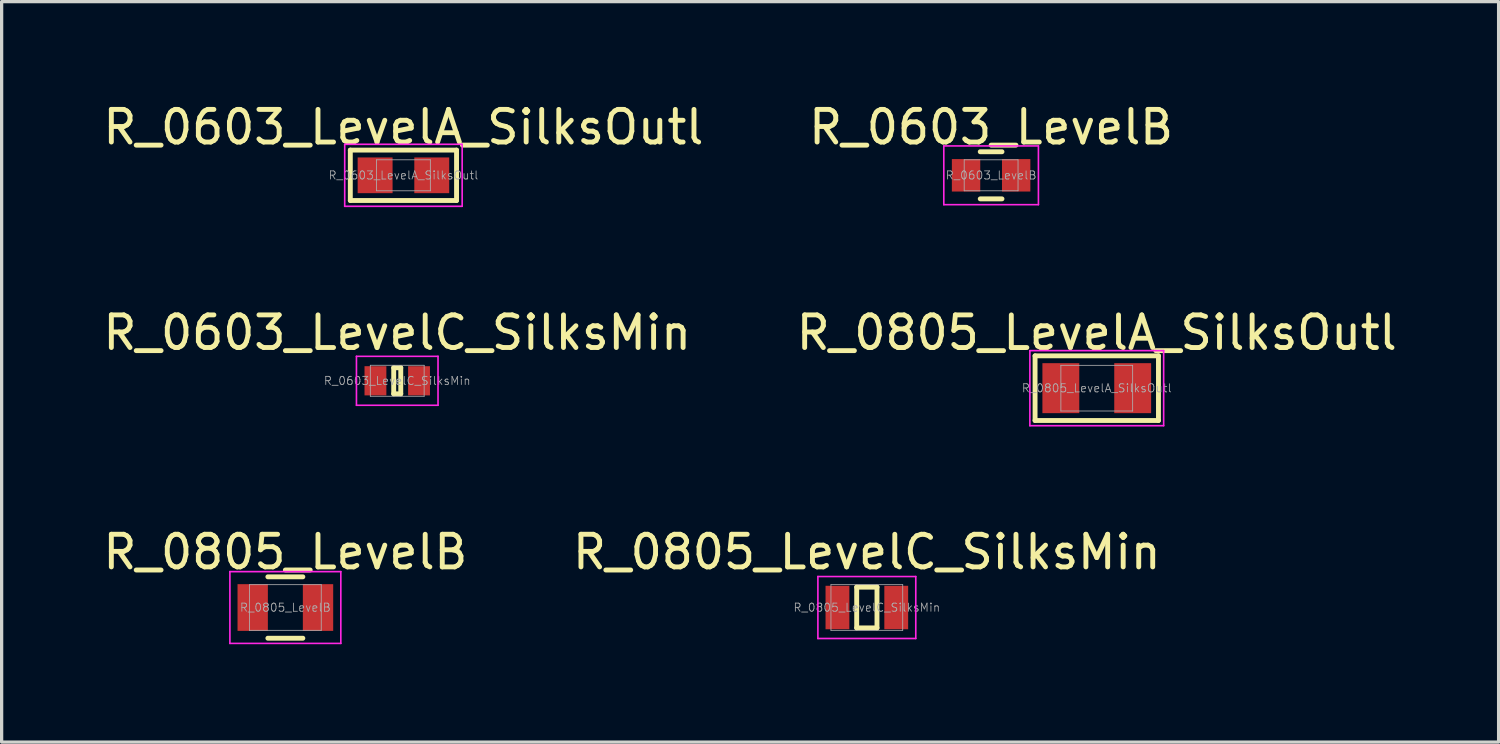
<source format=kicad_pcb>
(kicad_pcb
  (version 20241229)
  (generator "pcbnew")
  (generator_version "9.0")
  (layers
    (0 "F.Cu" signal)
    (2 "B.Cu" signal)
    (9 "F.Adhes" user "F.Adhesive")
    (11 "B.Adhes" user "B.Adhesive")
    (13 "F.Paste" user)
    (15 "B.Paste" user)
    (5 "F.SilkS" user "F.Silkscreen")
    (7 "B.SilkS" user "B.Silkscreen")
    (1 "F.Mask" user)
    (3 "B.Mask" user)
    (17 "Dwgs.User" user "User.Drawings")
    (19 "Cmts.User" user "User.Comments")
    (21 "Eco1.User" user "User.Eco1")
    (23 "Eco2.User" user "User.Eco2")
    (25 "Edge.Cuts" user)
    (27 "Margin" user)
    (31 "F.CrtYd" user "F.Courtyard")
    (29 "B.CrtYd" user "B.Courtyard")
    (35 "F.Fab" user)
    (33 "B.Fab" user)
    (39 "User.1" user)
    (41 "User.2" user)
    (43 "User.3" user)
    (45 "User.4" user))
  (footprint "R_0603_LevelC_SilksMin"
    (layer "F.Cu")
    (at 9.125 8.621)
    (property "Reference" "R_0603_LevelC_SilksMin" (at 0 -1.475 0) (layer "F.SilkS") (effects (font (size 1 1) (thickness 0.15))))
    (attr smd)
    (fp_line (start -0.108 0.4) (end -0.108 -0.4) (stroke (width 0.15) (type solid)) (layer "F.SilkS"))
    (fp_line (start 0.108 -0.4) (end -0.108 -0.4) (stroke (width 0.15) (type solid)) (layer "F.SilkS"))
    (fp_line (start 0.108 0.4) (end -0.108 0.4) (stroke (width 0.15) (type solid)) (layer "F.SilkS"))
    (fp_line (start 0.108 0.4) (end 0.108 -0.4) (stroke (width 0.15) (type solid)) (layer "F.SilkS"))
    (fp_line (start -1.25 0.75) (end -1.25 -0.75) (stroke (width 0.05) (type solid)) (layer "F.CrtYd"))
    (fp_line (start 1.25 -0.75) (end -1.25 -0.75) (stroke (width 0.05) (type solid)) (layer "F.CrtYd"))
    (fp_line (start 1.25 0.75) (end -1.25 0.75) (stroke (width 0.05) (type solid)) (layer "F.CrtYd"))
    (fp_line (start 1.25 0.75) (end 1.25 -0.75) (stroke (width 0.05) (type solid)) (layer "F.CrtYd"))
    (fp_line (start -0.825 0.475) (end -0.825 -0.475) (stroke (width 0.025) (type solid)) (layer "F.Fab"))
    (fp_line (start 0.825 -0.475) (end -0.825 -0.475) (stroke (width 0.025) (type solid)) (layer "F.Fab"))
    (fp_line (start 0.825 0.475) (end -0.825 0.475) (stroke (width 0.025) (type solid)) (layer "F.Fab"))
    (fp_line (start 0.825 0.475) (end 0.825 -0.475) (stroke (width 0.025) (type solid)) (layer "F.Fab"))
    (fp_text user "${REFERENCE}" (at 0 0 0) (layer "F.Fab") (effects (font (size 0.25 0.25) (thickness 0.025))))
    (pad "1" smd rect (at -0.668 0) (size 0.67 0.895) (layers "F.Cu" "F.Mask" "F.Paste"))
    (pad "2" smd rect (at 0.668 0) (size 0.67 0.895) (layers "F.Cu" "F.Mask" "F.Paste")))
  (footprint "R_0805_LevelC_SilksMin"
    (layer "F.Cu")
    (at 23.518 15.57)
    (property "Reference" "R_0805_LevelC_SilksMin" (at 0 -1.7 0) (layer "F.SilkS") (effects (font (size 1 1) (thickness 0.15))))
    (attr smd)
    (fp_line (start -0.311 0.625) (end -0.311 -0.625) (stroke (width 0.15) (type solid)) (layer "F.SilkS"))
    (fp_line (start 0.311 -0.625) (end -0.311 -0.625) (stroke (width 0.15) (type solid)) (layer "F.SilkS"))
    (fp_line (start 0.311 0.625) (end -0.311 0.625) (stroke (width 0.15) (type solid)) (layer "F.SilkS"))
    (fp_line (start 0.311 0.625) (end 0.311 -0.625) (stroke (width 0.15) (type solid)) (layer "F.SilkS"))
    (fp_line (start -1.5 0.95) (end -1.5 -0.95) (stroke (width 0.05) (type solid)) (layer "F.CrtYd"))
    (fp_line (start 1.5 -0.95) (end -1.5 -0.95) (stroke (width 0.05) (type solid)) (layer "F.CrtYd"))
    (fp_line (start 1.5 0.95) (end -1.5 0.95) (stroke (width 0.05) (type solid)) (layer "F.CrtYd"))
    (fp_line (start 1.5 0.95) (end 1.5 -0.95) (stroke (width 0.05) (type solid)) (layer "F.CrtYd"))
    (fp_line (start -1.1 0.7) (end -1.1 -0.7) (stroke (width 0.025) (type solid)) (layer "F.Fab"))
    (fp_line (start 1.1 -0.7) (end -1.1 -0.7) (stroke (width 0.025) (type solid)) (layer "F.Fab"))
    (fp_line (start 1.1 0.7) (end -1.1 0.7) (stroke (width 0.025) (type solid)) (layer "F.Fab"))
    (fp_line (start 1.1 0.7) (end 1.1 -0.7) (stroke (width 0.025) (type solid)) (layer "F.Fab"))
    (fp_text user "${REFERENCE}" (at 0 0 0) (layer "F.Fab") (effects (font (size 0.25 0.25) (thickness 0.025))))
    (pad "1" smd rect (at -0.901 0) (size 0.73 1.332) (layers "F.Cu" "F.Mask" "F.Paste"))
    (pad "2" smd rect (at 0.901 0) (size 0.73 1.332) (layers "F.Cu" "F.Mask" "F.Paste")))
  (footprint "R_0603_LevelB"
    (layer "F.Cu")
    (at 27.327 2.323)
    (property "Reference" "R_0603_LevelB" (at 0 -1.475 0) (layer "F.SilkS") (effects (font (size 1 1) (thickness 0.15))))
    (attr smd)
    (fp_line (start 0.333 -0.722) (end -0.333 -0.722) (stroke (width 0.15) (type solid)) (layer "F.SilkS"))
    (fp_line (start 0.333 0.722) (end -0.333 0.722) (stroke (width 0.15) (type solid)) (layer "F.SilkS"))
    (fp_line (start -1.45 0.9) (end -1.45 -0.9) (stroke (width 0.05) (type solid)) (layer "F.CrtYd"))
    (fp_line (start 1.45 -0.9) (end -1.45 -0.9) (stroke (width 0.05) (type solid)) (layer "F.CrtYd"))
    (fp_line (start 1.45 0.9) (end -1.45 0.9) (stroke (width 0.05) (type solid)) (layer "F.CrtYd"))
    (fp_line (start 1.45 0.9) (end 1.45 -0.9) (stroke (width 0.05) (type solid)) (layer "F.CrtYd"))
    (fp_line (start -0.825 0.475) (end -0.825 -0.475) (stroke (width 0.025) (type solid)) (layer "F.Fab"))
    (fp_line (start 0.825 -0.475) (end -0.825 -0.475) (stroke (width 0.025) (type solid)) (layer "F.Fab"))
    (fp_line (start 0.825 0.475) (end -0.825 0.475) (stroke (width 0.025) (type solid)) (layer "F.Fab"))
    (fp_line (start 0.825 0.475) (end 0.825 -0.475) (stroke (width 0.025) (type solid)) (layer "F.Fab"))
    (fp_text user "${REFERENCE}" (at 0 0 0) (layer "F.Fab") (effects (font (size 0.25 0.25) (thickness 0.025))))
    (pad "1" smd rect (at -0.768 0) (size 0.87 0.995) (layers "F.Cu" "F.Mask" "F.Paste"))
    (pad "2" smd rect (at 0.768 0) (size 0.87 0.995) (layers "F.Cu" "F.Mask" "F.Paste")))
  (footprint "R_0805_LevelA_SilksOutl"
    (layer "F.Cu")
    (at 30.565 8.847)
    (property "Reference" "R_0805_LevelA_SilksOutl" (at 0 -1.7 0) (layer "F.SilkS") (effects (font (size 1 1) (thickness 0.15))))
    (attr smd)
    (fp_line (start -1.891 0.991) (end -1.891 -0.991) (stroke (width 0.15) (type solid)) (layer "F.SilkS"))
    (fp_line (start 1.891 -0.991) (end -1.891 -0.991) (stroke (width 0.15) (type solid)) (layer "F.SilkS"))
    (fp_line (start 1.891 0.991) (end -1.891 0.991) (stroke (width 0.15) (type solid)) (layer "F.SilkS"))
    (fp_line (start 1.891 0.991) (end 1.891 -0.991) (stroke (width 0.15) (type solid)) (layer "F.SilkS"))
    (fp_line (start -2.05 1.15) (end -2.05 -1.15) (stroke (width 0.05) (type solid)) (layer "F.CrtYd"))
    (fp_line (start 2.05 -1.15) (end -2.05 -1.15) (stroke (width 0.05) (type solid)) (layer "F.CrtYd"))
    (fp_line (start 2.05 1.15) (end -2.05 1.15) (stroke (width 0.05) (type solid)) (layer "F.CrtYd"))
    (fp_line (start 2.05 1.15) (end 2.05 -1.15) (stroke (width 0.05) (type solid)) (layer "F.CrtYd"))
    (fp_line (start -1.1 0.7) (end -1.1 -0.7) (stroke (width 0.025) (type solid)) (layer "F.Fab"))
    (fp_line (start 1.1 -0.7) (end -1.1 -0.7) (stroke (width 0.025) (type solid)) (layer "F.Fab"))
    (fp_line (start 1.1 0.7) (end -1.1 0.7) (stroke (width 0.025) (type solid)) (layer "F.Fab"))
    (fp_line (start 1.1 0.7) (end 1.1 -0.7) (stroke (width 0.025) (type solid)) (layer "F.Fab"))
    (fp_text user "${REFERENCE}" (at 0 0 0) (layer "F.Fab") (effects (font (size 0.25 0.25) (thickness 0.025))))
    (pad "1" smd rect (at -1.101 0) (size 1.13 1.532) (layers "F.Cu" "F.Mask" "F.Paste"))
    (pad "2" smd rect (at 1.101 0) (size 1.13 1.532) (layers "F.Cu" "F.Mask" "F.Paste")))
  (footprint "R_0805_LevelB"
    (layer "F.Cu")
    (at 5.696 15.57)
    (property "Reference" "R_0805_LevelB" (at 0 -1.7 0) (layer "F.SilkS") (effects (font (size 1 1) (thickness 0.15))))
    (attr smd)
    (fp_line (start 0.536 -0.941) (end -0.536 -0.941) (stroke (width 0.15) (type solid)) (layer "F.SilkS"))
    (fp_line (start 0.536 0.941) (end -0.536 0.941) (stroke (width 0.15) (type solid)) (layer "F.SilkS"))
    (fp_line (start -1.7 1.1) (end -1.7 -1.1) (stroke (width 0.05) (type solid)) (layer "F.CrtYd"))
    (fp_line (start 1.7 -1.1) (end -1.7 -1.1) (stroke (width 0.05) (type solid)) (layer "F.CrtYd"))
    (fp_line (start 1.7 1.1) (end -1.7 1.1) (stroke (width 0.05) (type solid)) (layer "F.CrtYd"))
    (fp_line (start 1.7 1.1) (end 1.7 -1.1) (stroke (width 0.05) (type solid)) (layer "F.CrtYd"))
    (fp_line (start -1.1 0.7) (end -1.1 -0.7) (stroke (width 0.025) (type solid)) (layer "F.Fab"))
    (fp_line (start 1.1 -0.7) (end -1.1 -0.7) (stroke (width 0.025) (type solid)) (layer "F.Fab"))
    (fp_line (start 1.1 0.7) (end -1.1 0.7) (stroke (width 0.025) (type solid)) (layer "F.Fab"))
    (fp_line (start 1.1 0.7) (end 1.1 -0.7) (stroke (width 0.025) (type solid)) (layer "F.Fab"))
    (fp_text user "${REFERENCE}" (at 0 0 0) (layer "F.Fab") (effects (font (size 0.25 0.25) (thickness 0.025))))
    (pad "1" smd rect (at -1.001 0) (size 0.93 1.432) (layers "F.Cu" "F.Mask" "F.Paste"))
    (pad "2" smd rect (at 1.001 0) (size 0.93 1.432) (layers "F.Cu" "F.Mask" "F.Paste")))
  (footprint "R_0603_LevelA_SilksOutl"
    (layer "F.Cu")
    (at 9.315 2.323)
    (property "Reference" "R_0603_LevelA_SilksOutl" (at 0 -1.475 0) (layer "F.SilkS") (effects (font (size 1 1) (thickness 0.15))))
    (attr smd)
    (fp_line (start -1.628 0.772) (end -1.628 -0.772) (stroke (width 0.15) (type solid)) (layer "F.SilkS"))
    (fp_line (start 1.628 -0.772) (end -1.628 -0.772) (stroke (width 0.15) (type solid)) (layer "F.SilkS"))
    (fp_line (start 1.628 0.772) (end -1.628 0.772) (stroke (width 0.15) (type solid)) (layer "F.SilkS"))
    (fp_line (start 1.628 0.772) (end 1.628 -0.772) (stroke (width 0.15) (type solid)) (layer "F.SilkS"))
    (fp_line (start -1.8 0.95) (end -1.8 -0.95) (stroke (width 0.05) (type solid)) (layer "F.CrtYd"))
    (fp_line (start 1.8 -0.95) (end -1.8 -0.95) (stroke (width 0.05) (type solid)) (layer "F.CrtYd"))
    (fp_line (start 1.8 0.95) (end -1.8 0.95) (stroke (width 0.05) (type solid)) (layer "F.CrtYd"))
    (fp_line (start 1.8 0.95) (end 1.8 -0.95) (stroke (width 0.05) (type solid)) (layer "F.CrtYd"))
    (fp_line (start -0.825 0.475) (end -0.825 -0.475) (stroke (width 0.025) (type solid)) (layer "F.Fab"))
    (fp_line (start 0.825 -0.475) (end -0.825 -0.475) (stroke (width 0.025) (type solid)) (layer "F.Fab"))
    (fp_line (start 0.825 0.475) (end -0.825 0.475) (stroke (width 0.025) (type solid)) (layer "F.Fab"))
    (fp_line (start 0.825 0.475) (end 0.825 -0.475) (stroke (width 0.025) (type solid)) (layer "F.Fab"))
    (fp_text user "${REFERENCE}" (at 0 0 0) (layer "F.Fab") (effects (font (size 0.25 0.25) (thickness 0.025))))
    (pad "1" smd rect (at -0.868 0) (size 1.07 1.095) (layers "F.Cu" "F.Mask" "F.Paste"))
    (pad "2" smd rect (at 0.868 0) (size 1.07 1.095) (layers "F.Cu" "F.Mask" "F.Paste")))
  (gr_rect
    (start -3 -3)
    (end 42.881 19.695)
    (stroke (width 0.1) (type default))
    (fill no)
    (layer "Edge.Cuts")))
</source>
